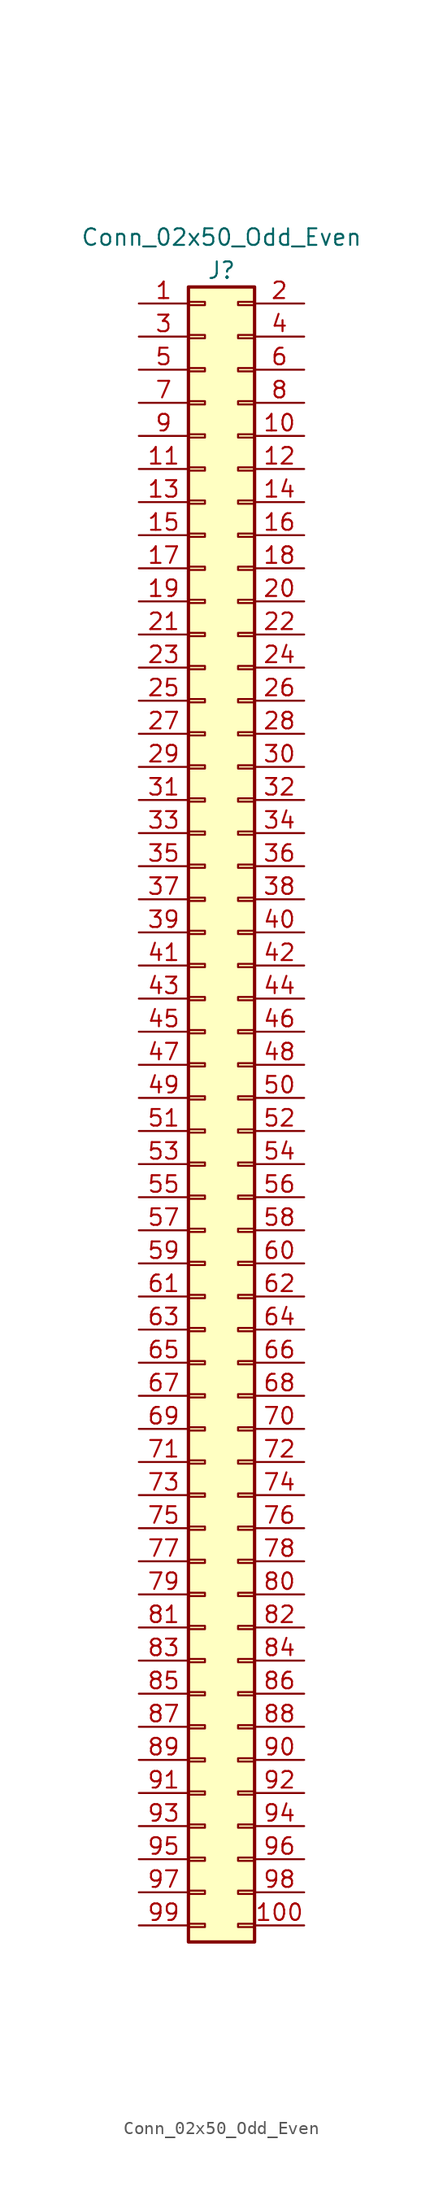
<source format=kicad_sym>
(kicad_symbol_lib
  (version 20241209)
  (generator "kicad_symbol_editor")
  (generator_version "9.0")
  (symbol "Conn_02x50_Odd_Even"
    (pin_names
      (offset 1.016)
      (hide yes))
    (property "Reference" "J"
      (at 0 63.5 0)
      (effects (font (size 1.27 1.27))))
    (property "Value" "Conn_02x50_Odd_Even"
      (at 0 66.04 0)
      (effects (font (size 1.27 1.27))))
    (symbol "Conn_02x50_Odd_Even_1_1"
      (rectangle (start -2.54 62.23) (end 2.54 -64.77) (stroke (width 0.254) (type default)) (fill (type background)))
      (rectangle (start -2.54 61.087) (end -1.27 60.833) (stroke (width 0.152) (type default)) (fill (type none)))
      (rectangle (start -2.54 58.547) (end -1.27 58.293) (stroke (width 0.152) (type default)) (fill (type none)))
      (rectangle (start -2.54 56.007) (end -1.27 55.753) (stroke (width 0.152) (type default)) (fill (type none)))
      (rectangle (start -2.54 53.467) (end -1.27 53.213) (stroke (width 0.152) (type default)) (fill (type none)))
      (rectangle (start -2.54 50.927) (end -1.27 50.673) (stroke (width 0.152) (type default)) (fill (type none)))
      (rectangle (start -2.54 48.387) (end -1.27 48.133) (stroke (width 0.152) (type default)) (fill (type none)))
      (rectangle (start -2.54 45.847) (end -1.27 45.593) (stroke (width 0.152) (type default)) (fill (type none)))
      (rectangle (start -2.54 43.307) (end -1.27 43.053) (stroke (width 0.152) (type default)) (fill (type none)))
      (rectangle (start -2.54 40.767) (end -1.27 40.513) (stroke (width 0.152) (type default)) (fill (type none)))
      (rectangle (start -2.54 38.227) (end -1.27 37.973) (stroke (width 0.152) (type default)) (fill (type none)))
      (rectangle (start -2.54 35.687) (end -1.27 35.433) (stroke (width 0.152) (type default)) (fill (type none)))
      (rectangle (start -2.54 33.147) (end -1.27 32.893) (stroke (width 0.152) (type default)) (fill (type none)))
      (rectangle (start -2.54 30.607) (end -1.27 30.353) (stroke (width 0.152) (type default)) (fill (type none)))
      (rectangle (start -2.54 28.067) (end -1.27 27.813) (stroke (width 0.152) (type default)) (fill (type none)))
      (rectangle (start -2.54 25.527) (end -1.27 25.273) (stroke (width 0.152) (type default)) (fill (type none)))
      (rectangle (start -2.54 22.987) (end -1.27 22.733) (stroke (width 0.152) (type default)) (fill (type none)))
      (rectangle (start -2.54 20.447) (end -1.27 20.193) (stroke (width 0.152) (type default)) (fill (type none)))
      (rectangle (start -2.54 17.907) (end -1.27 17.653) (stroke (width 0.152) (type default)) (fill (type none)))
      (rectangle (start -2.54 15.367) (end -1.27 15.113) (stroke (width 0.152) (type default)) (fill (type none)))
      (rectangle (start -2.54 12.827) (end -1.27 12.573) (stroke (width 0.152) (type default)) (fill (type none)))
      (rectangle (start -2.54 10.287) (end -1.27 10.033) (stroke (width 0.152) (type default)) (fill (type none)))
      (rectangle (start -2.54 7.747) (end -1.27 7.493) (stroke (width 0.152) (type default)) (fill (type none)))
      (rectangle (start -2.54 5.207) (end -1.27 4.953) (stroke (width 0.152) (type default)) (fill (type none)))
      (rectangle (start -2.54 2.667) (end -1.27 2.413) (stroke (width 0.152) (type default)) (fill (type none)))
      (rectangle (start -2.54 0.127) (end -1.27 -0.127) (stroke (width 0.152) (type default)) (fill (type none)))
      (rectangle (start -2.54 -2.413) (end -1.27 -2.667) (stroke (width 0.152) (type default)) (fill (type none)))
      (rectangle (start -2.54 -4.953) (end -1.27 -5.207) (stroke (width 0.152) (type default)) (fill (type none)))
      (rectangle (start -2.54 -7.493) (end -1.27 -7.747) (stroke (width 0.152) (type default)) (fill (type none)))
      (rectangle (start -2.54 -10.033) (end -1.27 -10.287) (stroke (width 0.152) (type default)) (fill (type none)))
      (rectangle (start -2.54 -12.573) (end -1.27 -12.827) (stroke (width 0.152) (type default)) (fill (type none)))
      (rectangle (start -2.54 -15.113) (end -1.27 -15.367) (stroke (width 0.152) (type default)) (fill (type none)))
      (rectangle (start -2.54 -17.653) (end -1.27 -17.907) (stroke (width 0.152) (type default)) (fill (type none)))
      (rectangle (start -2.54 -20.193) (end -1.27 -20.447) (stroke (width 0.152) (type default)) (fill (type none)))
      (rectangle (start -2.54 -22.733) (end -1.27 -22.987) (stroke (width 0.152) (type default)) (fill (type none)))
      (rectangle (start -2.54 -25.273) (end -1.27 -25.527) (stroke (width 0.152) (type default)) (fill (type none)))
      (rectangle (start -2.54 -27.813) (end -1.27 -28.067) (stroke (width 0.152) (type default)) (fill (type none)))
      (rectangle (start -2.54 -30.353) (end -1.27 -30.607) (stroke (width 0.152) (type default)) (fill (type none)))
      (rectangle (start -2.54 -32.893) (end -1.27 -33.147) (stroke (width 0.152) (type default)) (fill (type none)))
      (rectangle (start -2.54 -35.433) (end -1.27 -35.687) (stroke (width 0.152) (type default)) (fill (type none)))
      (rectangle (start -2.54 -37.973) (end -1.27 -38.227) (stroke (width 0.152) (type default)) (fill (type none)))
      (rectangle (start -2.54 -40.513) (end -1.27 -40.767) (stroke (width 0.152) (type default)) (fill (type none)))
      (rectangle (start -2.54 -43.053) (end -1.27 -43.307) (stroke (width 0.152) (type default)) (fill (type none)))
      (rectangle (start -2.54 -45.593) (end -1.27 -45.847) (stroke (width 0.152) (type default)) (fill (type none)))
      (rectangle (start -2.54 -48.133) (end -1.27 -48.387) (stroke (width 0.152) (type default)) (fill (type none)))
      (rectangle (start -2.54 -50.673) (end -1.27 -50.927) (stroke (width 0.152) (type default)) (fill (type none)))
      (rectangle (start -2.54 -53.213) (end -1.27 -53.467) (stroke (width 0.152) (type default)) (fill (type none)))
      (rectangle (start -2.54 -55.753) (end -1.27 -56.007) (stroke (width 0.152) (type default)) (fill (type none)))
      (rectangle (start -2.54 -58.293) (end -1.27 -58.547) (stroke (width 0.152) (type default)) (fill (type none)))
      (rectangle (start -2.54 -60.833) (end -1.27 -61.087) (stroke (width 0.152) (type default)) (fill (type none)))
      (rectangle (start -2.54 -63.373) (end -1.27 -63.627) (stroke (width 0.152) (type default)) (fill (type none)))
      (rectangle (start 2.54 61.087) (end 1.27 60.833) (stroke (width 0.152) (type default)) (fill (type none)))
      (rectangle (start 2.54 58.547) (end 1.27 58.293) (stroke (width 0.152) (type default)) (fill (type none)))
      (rectangle (start 2.54 56.007) (end 1.27 55.753) (stroke (width 0.152) (type default)) (fill (type none)))
      (rectangle (start 2.54 53.467) (end 1.27 53.213) (stroke (width 0.152) (type default)) (fill (type none)))
      (rectangle (start 2.54 50.927) (end 1.27 50.673) (stroke (width 0.152) (type default)) (fill (type none)))
      (rectangle (start 2.54 48.387) (end 1.27 48.133) (stroke (width 0.152) (type default)) (fill (type none)))
      (rectangle (start 2.54 45.847) (end 1.27 45.593) (stroke (width 0.152) (type default)) (fill (type none)))
      (rectangle (start 2.54 43.307) (end 1.27 43.053) (stroke (width 0.152) (type default)) (fill (type none)))
      (rectangle (start 2.54 40.767) (end 1.27 40.513) (stroke (width 0.152) (type default)) (fill (type none)))
      (rectangle (start 2.54 38.227) (end 1.27 37.973) (stroke (width 0.152) (type default)) (fill (type none)))
      (rectangle (start 2.54 35.687) (end 1.27 35.433) (stroke (width 0.152) (type default)) (fill (type none)))
      (rectangle (start 2.54 33.147) (end 1.27 32.893) (stroke (width 0.152) (type default)) (fill (type none)))
      (rectangle (start 2.54 30.607) (end 1.27 30.353) (stroke (width 0.152) (type default)) (fill (type none)))
      (rectangle (start 2.54 28.067) (end 1.27 27.813) (stroke (width 0.152) (type default)) (fill (type none)))
      (rectangle (start 2.54 25.527) (end 1.27 25.273) (stroke (width 0.152) (type default)) (fill (type none)))
      (rectangle (start 2.54 22.987) (end 1.27 22.733) (stroke (width 0.152) (type default)) (fill (type none)))
      (rectangle (start 2.54 20.447) (end 1.27 20.193) (stroke (width 0.152) (type default)) (fill (type none)))
      (rectangle (start 2.54 17.907) (end 1.27 17.653) (stroke (width 0.152) (type default)) (fill (type none)))
      (rectangle (start 2.54 15.367) (end 1.27 15.113) (stroke (width 0.152) (type default)) (fill (type none)))
      (rectangle (start 2.54 12.827) (end 1.27 12.573) (stroke (width 0.152) (type default)) (fill (type none)))
      (rectangle (start 2.54 10.287) (end 1.27 10.033) (stroke (width 0.152) (type default)) (fill (type none)))
      (rectangle (start 2.54 7.747) (end 1.27 7.493) (stroke (width 0.152) (type default)) (fill (type none)))
      (rectangle (start 2.54 5.207) (end 1.27 4.953) (stroke (width 0.152) (type default)) (fill (type none)))
      (rectangle (start 2.54 2.667) (end 1.27 2.413) (stroke (width 0.152) (type default)) (fill (type none)))
      (rectangle (start 2.54 0.127) (end 1.27 -0.127) (stroke (width 0.152) (type default)) (fill (type none)))
      (rectangle (start 2.54 -2.413) (end 1.27 -2.667) (stroke (width 0.152) (type default)) (fill (type none)))
      (rectangle (start 2.54 -4.953) (end 1.27 -5.207) (stroke (width 0.152) (type default)) (fill (type none)))
      (rectangle (start 2.54 -7.493) (end 1.27 -7.747) (stroke (width 0.152) (type default)) (fill (type none)))
      (rectangle (start 2.54 -10.033) (end 1.27 -10.287) (stroke (width 0.152) (type default)) (fill (type none)))
      (rectangle (start 2.54 -12.573) (end 1.27 -12.827) (stroke (width 0.152) (type default)) (fill (type none)))
      (rectangle (start 2.54 -15.113) (end 1.27 -15.367) (stroke (width 0.152) (type default)) (fill (type none)))
      (rectangle (start 2.54 -17.653) (end 1.27 -17.907) (stroke (width 0.152) (type default)) (fill (type none)))
      (rectangle (start 2.54 -20.193) (end 1.27 -20.447) (stroke (width 0.152) (type default)) (fill (type none)))
      (rectangle (start 2.54 -22.733) (end 1.27 -22.987) (stroke (width 0.152) (type default)) (fill (type none)))
      (rectangle (start 2.54 -25.273) (end 1.27 -25.527) (stroke (width 0.152) (type default)) (fill (type none)))
      (rectangle (start 2.54 -27.813) (end 1.27 -28.067) (stroke (width 0.152) (type default)) (fill (type none)))
      (rectangle (start 2.54 -30.353) (end 1.27 -30.607) (stroke (width 0.152) (type default)) (fill (type none)))
      (rectangle (start 2.54 -32.893) (end 1.27 -33.147) (stroke (width 0.152) (type default)) (fill (type none)))
      (rectangle (start 2.54 -35.433) (end 1.27 -35.687) (stroke (width 0.152) (type default)) (fill (type none)))
      (rectangle (start 2.54 -37.973) (end 1.27 -38.227) (stroke (width 0.152) (type default)) (fill (type none)))
      (rectangle (start 2.54 -40.513) (end 1.27 -40.767) (stroke (width 0.152) (type default)) (fill (type none)))
      (rectangle (start 2.54 -43.053) (end 1.27 -43.307) (stroke (width 0.152) (type default)) (fill (type none)))
      (rectangle (start 2.54 -45.593) (end 1.27 -45.847) (stroke (width 0.152) (type default)) (fill (type none)))
      (rectangle (start 2.54 -48.133) (end 1.27 -48.387) (stroke (width 0.152) (type default)) (fill (type none)))
      (rectangle (start 2.54 -50.673) (end 1.27 -50.927) (stroke (width 0.152) (type default)) (fill (type none)))
      (rectangle (start 2.54 -53.213) (end 1.27 -53.467) (stroke (width 0.152) (type default)) (fill (type none)))
      (rectangle (start 2.54 -55.753) (end 1.27 -56.007) (stroke (width 0.152) (type default)) (fill (type none)))
      (rectangle (start 2.54 -58.293) (end 1.27 -58.547) (stroke (width 0.152) (type default)) (fill (type none)))
      (rectangle (start 2.54 -60.833) (end 1.27 -61.087) (stroke (width 0.152) (type default)) (fill (type none)))
      (rectangle (start 2.54 -63.373) (end 1.27 -63.627) (stroke (width 0.152) (type default)) (fill (type none)))
      (pin passive line (at -6.35 60.96 0) (length 3.81) (name "Pin_1" (effects (font (size 1.27 1.27)))) (number "1" (effects (font (size 1.27 1.27)))))
      (pin passive line (at -6.35 58.42 0) (length 3.81) (name "Pin_3" (effects (font (size 1.27 1.27)))) (number "3" (effects (font (size 1.27 1.27)))))
      (pin passive line (at -6.35 55.88 0) (length 3.81) (name "Pin_5" (effects (font (size 1.27 1.27)))) (number "5" (effects (font (size 1.27 1.27)))))
      (pin passive line (at -6.35 53.34 0) (length 3.81) (name "Pin_7" (effects (font (size 1.27 1.27)))) (number "7" (effects (font (size 1.27 1.27)))))
      (pin passive line (at -6.35 50.8 0) (length 3.81) (name "Pin_9" (effects (font (size 1.27 1.27)))) (number "9" (effects (font (size 1.27 1.27)))))
      (pin passive line (at -6.35 48.26 0) (length 3.81) (name "Pin_11" (effects (font (size 1.27 1.27)))) (number "11" (effects (font (size 1.27 1.27)))))
      (pin passive line (at -6.35 45.72 0) (length 3.81) (name "Pin_13" (effects (font (size 1.27 1.27)))) (number "13" (effects (font (size 1.27 1.27)))))
      (pin passive line (at -6.35 43.18 0) (length 3.81) (name "Pin_15" (effects (font (size 1.27 1.27)))) (number "15" (effects (font (size 1.27 1.27)))))
      (pin passive line (at -6.35 40.64 0) (length 3.81) (name "Pin_17" (effects (font (size 1.27 1.27)))) (number "17" (effects (font (size 1.27 1.27)))))
      (pin passive line (at -6.35 38.1 0) (length 3.81) (name "Pin_19" (effects (font (size 1.27 1.27)))) (number "19" (effects (font (size 1.27 1.27)))))
      (pin passive line (at -6.35 35.56 0) (length 3.81) (name "Pin_21" (effects (font (size 1.27 1.27)))) (number "21" (effects (font (size 1.27 1.27)))))
      (pin passive line (at -6.35 33.02 0) (length 3.81) (name "Pin_23" (effects (font (size 1.27 1.27)))) (number "23" (effects (font (size 1.27 1.27)))))
      (pin passive line (at -6.35 30.48 0) (length 3.81) (name "Pin_25" (effects (font (size 1.27 1.27)))) (number "25" (effects (font (size 1.27 1.27)))))
      (pin passive line (at -6.35 27.94 0) (length 3.81) (name "Pin_27" (effects (font (size 1.27 1.27)))) (number "27" (effects (font (size 1.27 1.27)))))
      (pin passive line (at -6.35 25.4 0) (length 3.81) (name "Pin_29" (effects (font (size 1.27 1.27)))) (number "29" (effects (font (size 1.27 1.27)))))
      (pin passive line (at -6.35 22.86 0) (length 3.81) (name "Pin_31" (effects (font (size 1.27 1.27)))) (number "31" (effects (font (size 1.27 1.27)))))
      (pin passive line (at -6.35 20.32 0) (length 3.81) (name "Pin_33" (effects (font (size 1.27 1.27)))) (number "33" (effects (font (size 1.27 1.27)))))
      (pin passive line (at -6.35 17.78 0) (length 3.81) (name "Pin_35" (effects (font (size 1.27 1.27)))) (number "35" (effects (font (size 1.27 1.27)))))
      (pin passive line (at -6.35 15.24 0) (length 3.81) (name "Pin_37" (effects (font (size 1.27 1.27)))) (number "37" (effects (font (size 1.27 1.27)))))
      (pin passive line (at -6.35 12.7 0) (length 3.81) (name "Pin_39" (effects (font (size 1.27 1.27)))) (number "39" (effects (font (size 1.27 1.27)))))
      (pin passive line (at -6.35 10.16 0) (length 3.81) (name "Pin_41" (effects (font (size 1.27 1.27)))) (number "41" (effects (font (size 1.27 1.27)))))
      (pin passive line (at -6.35 7.62 0) (length 3.81) (name "Pin_43" (effects (font (size 1.27 1.27)))) (number "43" (effects (font (size 1.27 1.27)))))
      (pin passive line (at -6.35 5.08 0) (length 3.81) (name "Pin_45" (effects (font (size 1.27 1.27)))) (number "45" (effects (font (size 1.27 1.27)))))
      (pin passive line (at -6.35 2.54 0) (length 3.81) (name "Pin_47" (effects (font (size 1.27 1.27)))) (number "47" (effects (font (size 1.27 1.27)))))
      (pin passive line (at -6.35 0 0) (length 3.81) (name "Pin_49" (effects (font (size 1.27 1.27)))) (number "49" (effects (font (size 1.27 1.27)))))
      (pin passive line (at -6.35 -2.54 0) (length 3.81) (name "Pin_51" (effects (font (size 1.27 1.27)))) (number "51" (effects (font (size 1.27 1.27)))))
      (pin passive line (at -6.35 -5.08 0) (length 3.81) (name "Pin_53" (effects (font (size 1.27 1.27)))) (number "53" (effects (font (size 1.27 1.27)))))
      (pin passive line (at -6.35 -7.62 0) (length 3.81) (name "Pin_55" (effects (font (size 1.27 1.27)))) (number "55" (effects (font (size 1.27 1.27)))))
      (pin passive line (at -6.35 -10.16 0) (length 3.81) (name "Pin_57" (effects (font (size 1.27 1.27)))) (number "57" (effects (font (size 1.27 1.27)))))
      (pin passive line (at -6.35 -12.7 0) (length 3.81) (name "Pin_59" (effects (font (size 1.27 1.27)))) (number "59" (effects (font (size 1.27 1.27)))))
      (pin passive line (at -6.35 -15.24 0) (length 3.81) (name "Pin_61" (effects (font (size 1.27 1.27)))) (number "61" (effects (font (size 1.27 1.27)))))
      (pin passive line (at -6.35 -17.78 0) (length 3.81) (name "Pin_63" (effects (font (size 1.27 1.27)))) (number "63" (effects (font (size 1.27 1.27)))))
      (pin passive line (at -6.35 -20.32 0) (length 3.81) (name "Pin_65" (effects (font (size 1.27 1.27)))) (number "65" (effects (font (size 1.27 1.27)))))
      (pin passive line (at -6.35 -22.86 0) (length 3.81) (name "Pin_67" (effects (font (size 1.27 1.27)))) (number "67" (effects (font (size 1.27 1.27)))))
      (pin passive line (at -6.35 -25.4 0) (length 3.81) (name "Pin_69" (effects (font (size 1.27 1.27)))) (number "69" (effects (font (size 1.27 1.27)))))
      (pin passive line (at -6.35 -27.94 0) (length 3.81) (name "Pin_71" (effects (font (size 1.27 1.27)))) (number "71" (effects (font (size 1.27 1.27)))))
      (pin passive line (at -6.35 -30.48 0) (length 3.81) (name "Pin_73" (effects (font (size 1.27 1.27)))) (number "73" (effects (font (size 1.27 1.27)))))
      (pin passive line (at -6.35 -33.02 0) (length 3.81) (name "Pin_75" (effects (font (size 1.27 1.27)))) (number "75" (effects (font (size 1.27 1.27)))))
      (pin passive line (at -6.35 -35.56 0) (length 3.81) (name "Pin_77" (effects (font (size 1.27 1.27)))) (number "77" (effects (font (size 1.27 1.27)))))
      (pin passive line (at -6.35 -38.1 0) (length 3.81) (name "Pin_79" (effects (font (size 1.27 1.27)))) (number "79" (effects (font (size 1.27 1.27)))))
      (pin passive line (at -6.35 -40.64 0) (length 3.81) (name "Pin_81" (effects (font (size 1.27 1.27)))) (number "81" (effects (font (size 1.27 1.27)))))
      (pin passive line (at -6.35 -43.18 0) (length 3.81) (name "Pin_83" (effects (font (size 1.27 1.27)))) (number "83" (effects (font (size 1.27 1.27)))))
      (pin passive line (at -6.35 -45.72 0) (length 3.81) (name "Pin_85" (effects (font (size 1.27 1.27)))) (number "85" (effects (font (size 1.27 1.27)))))
      (pin passive line (at -6.35 -48.26 0) (length 3.81) (name "Pin_87" (effects (font (size 1.27 1.27)))) (number "87" (effects (font (size 1.27 1.27)))))
      (pin passive line (at -6.35 -50.8 0) (length 3.81) (name "Pin_89" (effects (font (size 1.27 1.27)))) (number "89" (effects (font (size 1.27 1.27)))))
      (pin passive line (at -6.35 -53.34 0) (length 3.81) (name "Pin_91" (effects (font (size 1.27 1.27)))) (number "91" (effects (font (size 1.27 1.27)))))
      (pin passive line (at -6.35 -55.88 0) (length 3.81) (name "Pin_93" (effects (font (size 1.27 1.27)))) (number "93" (effects (font (size 1.27 1.27)))))
      (pin passive line (at -6.35 -58.42 0) (length 3.81) (name "Pin_95" (effects (font (size 1.27 1.27)))) (number "95" (effects (font (size 1.27 1.27)))))
      (pin passive line (at -6.35 -60.96 0) (length 3.81) (name "Pin_97" (effects (font (size 1.27 1.27)))) (number "97" (effects (font (size 1.27 1.27)))))
      (pin passive line (at -6.35 -63.5 0) (length 3.81) (name "Pin_99" (effects (font (size 1.27 1.27)))) (number "99" (effects (font (size 1.27 1.27)))))
      (pin passive line (at 6.35 60.96 180) (length 3.81) (name "Pin_2" (effects (font (size 1.27 1.27)))) (number "2" (effects (font (size 1.27 1.27)))))
      (pin passive line (at 6.35 58.42 180) (length 3.81) (name "Pin_4" (effects (font (size 1.27 1.27)))) (number "4" (effects (font (size 1.27 1.27)))))
      (pin passive line (at 6.35 55.88 180) (length 3.81) (name "Pin_6" (effects (font (size 1.27 1.27)))) (number "6" (effects (font (size 1.27 1.27)))))
      (pin passive line (at 6.35 53.34 180) (length 3.81) (name "Pin_8" (effects (font (size 1.27 1.27)))) (number "8" (effects (font (size 1.27 1.27)))))
      (pin passive line (at 6.35 50.8 180) (length 3.81) (name "Pin_10" (effects (font (size 1.27 1.27)))) (number "10" (effects (font (size 1.27 1.27)))))
      (pin passive line (at 6.35 48.26 180) (length 3.81) (name "Pin_12" (effects (font (size 1.27 1.27)))) (number "12" (effects (font (size 1.27 1.27)))))
      (pin passive line (at 6.35 45.72 180) (length 3.81) (name "Pin_14" (effects (font (size 1.27 1.27)))) (number "14" (effects (font (size 1.27 1.27)))))
      (pin passive line (at 6.35 43.18 180) (length 3.81) (name "Pin_16" (effects (font (size 1.27 1.27)))) (number "16" (effects (font (size 1.27 1.27)))))
      (pin passive line (at 6.35 40.64 180) (length 3.81) (name "Pin_18" (effects (font (size 1.27 1.27)))) (number "18" (effects (font (size 1.27 1.27)))))
      (pin passive line (at 6.35 38.1 180) (length 3.81) (name "Pin_20" (effects (font (size 1.27 1.27)))) (number "20" (effects (font (size 1.27 1.27)))))
      (pin passive line (at 6.35 35.56 180) (length 3.81) (name "Pin_22" (effects (font (size 1.27 1.27)))) (number "22" (effects (font (size 1.27 1.27)))))
      (pin passive line (at 6.35 33.02 180) (length 3.81) (name "Pin_24" (effects (font (size 1.27 1.27)))) (number "24" (effects (font (size 1.27 1.27)))))
      (pin passive line (at 6.35 30.48 180) (length 3.81) (name "Pin_26" (effects (font (size 1.27 1.27)))) (number "26" (effects (font (size 1.27 1.27)))))
      (pin passive line (at 6.35 27.94 180) (length 3.81) (name "Pin_28" (effects (font (size 1.27 1.27)))) (number "28" (effects (font (size 1.27 1.27)))))
      (pin passive line (at 6.35 25.4 180) (length 3.81) (name "Pin_30" (effects (font (size 1.27 1.27)))) (number "30" (effects (font (size 1.27 1.27)))))
      (pin passive line (at 6.35 22.86 180) (length 3.81) (name "Pin_32" (effects (font (size 1.27 1.27)))) (number "32" (effects (font (size 1.27 1.27)))))
      (pin passive line (at 6.35 20.32 180) (length 3.81) (name "Pin_34" (effects (font (size 1.27 1.27)))) (number "34" (effects (font (size 1.27 1.27)))))
      (pin passive line (at 6.35 17.78 180) (length 3.81) (name "Pin_36" (effects (font (size 1.27 1.27)))) (number "36" (effects (font (size 1.27 1.27)))))
      (pin passive line (at 6.35 15.24 180) (length 3.81) (name "Pin_38" (effects (font (size 1.27 1.27)))) (number "38" (effects (font (size 1.27 1.27)))))
      (pin passive line (at 6.35 12.7 180) (length 3.81) (name "Pin_40" (effects (font (size 1.27 1.27)))) (number "40" (effects (font (size 1.27 1.27)))))
      (pin passive line (at 6.35 10.16 180) (length 3.81) (name "Pin_42" (effects (font (size 1.27 1.27)))) (number "42" (effects (font (size 1.27 1.27)))))
      (pin passive line (at 6.35 7.62 180) (length 3.81) (name "Pin_44" (effects (font (size 1.27 1.27)))) (number "44" (effects (font (size 1.27 1.27)))))
      (pin passive line (at 6.35 5.08 180) (length 3.81) (name "Pin_46" (effects (font (size 1.27 1.27)))) (number "46" (effects (font (size 1.27 1.27)))))
      (pin passive line (at 6.35 2.54 180) (length 3.81) (name "Pin_48" (effects (font (size 1.27 1.27)))) (number "48" (effects (font (size 1.27 1.27)))))
      (pin passive line (at 6.35 0 180) (length 3.81) (name "Pin_50" (effects (font (size 1.27 1.27)))) (number "50" (effects (font (size 1.27 1.27)))))
      (pin passive line (at 6.35 -2.54 180) (length 3.81) (name "Pin_52" (effects (font (size 1.27 1.27)))) (number "52" (effects (font (size 1.27 1.27)))))
      (pin passive line (at 6.35 -5.08 180) (length 3.81) (name "Pin_54" (effects (font (size 1.27 1.27)))) (number "54" (effects (font (size 1.27 1.27)))))
      (pin passive line (at 6.35 -7.62 180) (length 3.81) (name "Pin_56" (effects (font (size 1.27 1.27)))) (number "56" (effects (font (size 1.27 1.27)))))
      (pin passive line (at 6.35 -10.16 180) (length 3.81) (name "Pin_58" (effects (font (size 1.27 1.27)))) (number "58" (effects (font (size 1.27 1.27)))))
      (pin passive line (at 6.35 -12.7 180) (length 3.81) (name "Pin_60" (effects (font (size 1.27 1.27)))) (number "60" (effects (font (size 1.27 1.27)))))
      (pin passive line (at 6.35 -15.24 180) (length 3.81) (name "Pin_62" (effects (font (size 1.27 1.27)))) (number "62" (effects (font (size 1.27 1.27)))))
      (pin passive line (at 6.35 -17.78 180) (length 3.81) (name "Pin_64" (effects (font (size 1.27 1.27)))) (number "64" (effects (font (size 1.27 1.27)))))
      (pin passive line (at 6.35 -20.32 180) (length 3.81) (name "Pin_66" (effects (font (size 1.27 1.27)))) (number "66" (effects (font (size 1.27 1.27)))))
      (pin passive line (at 6.35 -22.86 180) (length 3.81) (name "Pin_68" (effects (font (size 1.27 1.27)))) (number "68" (effects (font (size 1.27 1.27)))))
      (pin passive line (at 6.35 -25.4 180) (length 3.81) (name "Pin_70" (effects (font (size 1.27 1.27)))) (number "70" (effects (font (size 1.27 1.27)))))
      (pin passive line (at 6.35 -27.94 180) (length 3.81) (name "Pin_72" (effects (font (size 1.27 1.27)))) (number "72" (effects (font (size 1.27 1.27)))))
      (pin passive line (at 6.35 -30.48 180) (length 3.81) (name "Pin_74" (effects (font (size 1.27 1.27)))) (number "74" (effects (font (size 1.27 1.27)))))
      (pin passive line (at 6.35 -33.02 180) (length 3.81) (name "Pin_76" (effects (font (size 1.27 1.27)))) (number "76" (effects (font (size 1.27 1.27)))))
      (pin passive line (at 6.35 -35.56 180) (length 3.81) (name "Pin_78" (effects (font (size 1.27 1.27)))) (number "78" (effects (font (size 1.27 1.27)))))
      (pin passive line (at 6.35 -38.1 180) (length 3.81) (name "Pin_80" (effects (font (size 1.27 1.27)))) (number "80" (effects (font (size 1.27 1.27)))))
      (pin passive line (at 6.35 -40.64 180) (length 3.81) (name "Pin_82" (effects (font (size 1.27 1.27)))) (number "82" (effects (font (size 1.27 1.27)))))
      (pin passive line (at 6.35 -43.18 180) (length 3.81) (name "Pin_84" (effects (font (size 1.27 1.27)))) (number "84" (effects (font (size 1.27 1.27)))))
      (pin passive line (at 6.35 -45.72 180) (length 3.81) (name "Pin_86" (effects (font (size 1.27 1.27)))) (number "86" (effects (font (size 1.27 1.27)))))
      (pin passive line (at 6.35 -48.26 180) (length 3.81) (name "Pin_88" (effects (font (size 1.27 1.27)))) (number "88" (effects (font (size 1.27 1.27)))))
      (pin passive line (at 6.35 -50.8 180) (length 3.81) (name "Pin_90" (effects (font (size 1.27 1.27)))) (number "90" (effects (font (size 1.27 1.27)))))
      (pin passive line (at 6.35 -53.34 180) (length 3.81) (name "Pin_92" (effects (font (size 1.27 1.27)))) (number "92" (effects (font (size 1.27 1.27)))))
      (pin passive line (at 6.35 -55.88 180) (length 3.81) (name "Pin_94" (effects (font (size 1.27 1.27)))) (number "94" (effects (font (size 1.27 1.27)))))
      (pin passive line (at 6.35 -58.42 180) (length 3.81) (name "Pin_96" (effects (font (size 1.27 1.27)))) (number "96" (effects (font (size 1.27 1.27)))))
      (pin passive line (at 6.35 -60.96 180) (length 3.81) (name "Pin_98" (effects (font (size 1.27 1.27)))) (number "98" (effects (font (size 1.27 1.27)))))
      (pin passive line (at 6.35 -63.5 180) (length 3.81) (name "Pin_100" (effects (font (size 1.27 1.27)))) (number "100" (effects (font (size 1.27 1.27))))))))
</source>
